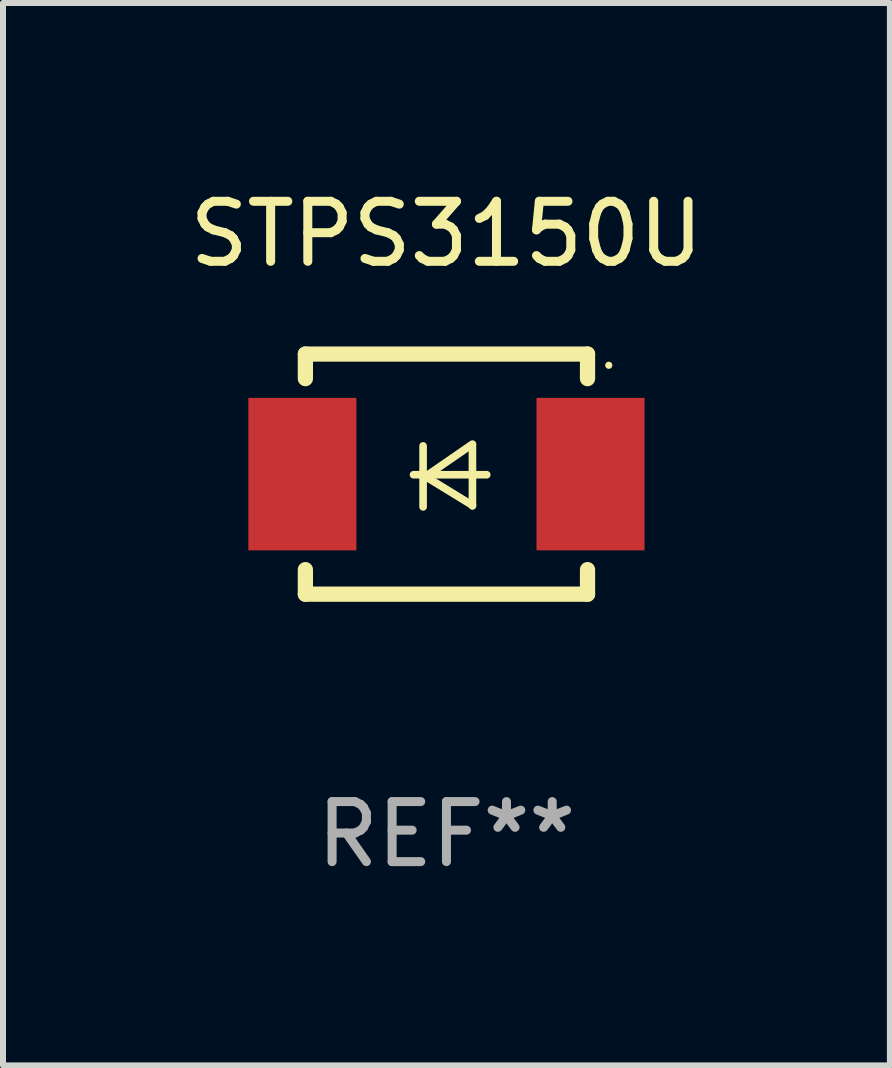
<source format=kicad_pcb>
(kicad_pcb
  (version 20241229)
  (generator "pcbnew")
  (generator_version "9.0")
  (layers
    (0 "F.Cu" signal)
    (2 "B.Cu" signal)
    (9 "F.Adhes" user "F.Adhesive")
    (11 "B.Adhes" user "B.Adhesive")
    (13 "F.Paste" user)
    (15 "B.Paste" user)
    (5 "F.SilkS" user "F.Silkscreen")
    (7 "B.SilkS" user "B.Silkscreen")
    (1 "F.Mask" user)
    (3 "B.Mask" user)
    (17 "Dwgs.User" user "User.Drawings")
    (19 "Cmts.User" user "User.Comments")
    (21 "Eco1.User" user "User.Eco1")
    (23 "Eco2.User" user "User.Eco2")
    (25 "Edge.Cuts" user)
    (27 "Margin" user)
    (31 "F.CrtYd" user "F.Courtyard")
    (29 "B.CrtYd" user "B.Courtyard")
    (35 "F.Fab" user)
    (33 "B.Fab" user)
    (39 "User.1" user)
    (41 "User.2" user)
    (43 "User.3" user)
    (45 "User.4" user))
  (footprint "STPS3150U"
    (layer "F.Cu")
    (at 4.387 4.848)
    (property "Reference" "STPS3150U" (at 0 -4 0) (layer "F.SilkS") (effects (font (size 1 1) (thickness 0.15))))
    (attr through_hole)
    (fp_line (start -2.35 -2) (end -2.35 -1.591) (stroke (width 0.254) (type solid)) (layer "F.SilkS"))
    (fp_line (start -2.35 -2) (end 2.35 -2) (stroke (width 0.254) (type solid)) (layer "F.SilkS"))
    (fp_line (start -2.35 1.591) (end -2.35 2) (stroke (width 0.254) (type solid)) (layer "F.SilkS"))
    (fp_line (start -2.35 2) (end 2.35 2) (stroke (width 0.254) (type solid)) (layer "F.SilkS"))
    (fp_line (start -0.548 0.01) (end 0.671 0.01) (stroke (width 0.127) (type solid)) (layer "F.SilkS"))
    (fp_line (start -0.389 -0.47) (end -0.389 0.546) (stroke (width 0.127) (type solid)) (layer "F.SilkS"))
    (fp_line (start -0.35 0.04) (end 0.433 0.52) (stroke (width 0.127) (type solid)) (layer "F.SilkS"))
    (fp_line (start 0.433 -0.5) (end -0.35 0.04) (stroke (width 0.127) (type solid)) (layer "F.SilkS"))
    (fp_line (start 0.433 0.53) (end 0.433 -0.486) (stroke (width 0.127) (type solid)) (layer "F.SilkS"))
    (fp_line (start 2.35 -2) (end 2.35 -1.591) (stroke (width 0.254) (type solid)) (layer "F.SilkS"))
    (fp_line (start 2.35 1.591) (end 2.35 2) (stroke (width 0.254) (type solid)) (layer "F.SilkS"))
    (fp_circle (center 2.704 -1.813) (end 2.734 -1.813) (stroke (width 0.06) (type solid)) (fill no) (layer "F.SilkS"))
    (fp_text user "REF**" (at 0 6 0) (layer "F.Fab") (effects (font (size 1 1) (thickness 0.15))))
    (pad "1" smd rect (at 2.4 0) (size 1.8 2.54) (layers "F.Cu" "F.Mask" "F.Paste"))
    (pad "2" smd rect (at -2.4 0) (size 1.8 2.54) (layers "F.Cu" "F.Mask" "F.Paste")))
  (gr_rect
    (start -3 -3)
    (end 11.774 14.697)
    (stroke (width 0.1) (type default))
    (fill no)
    (layer "Edge.Cuts")))
</source>
